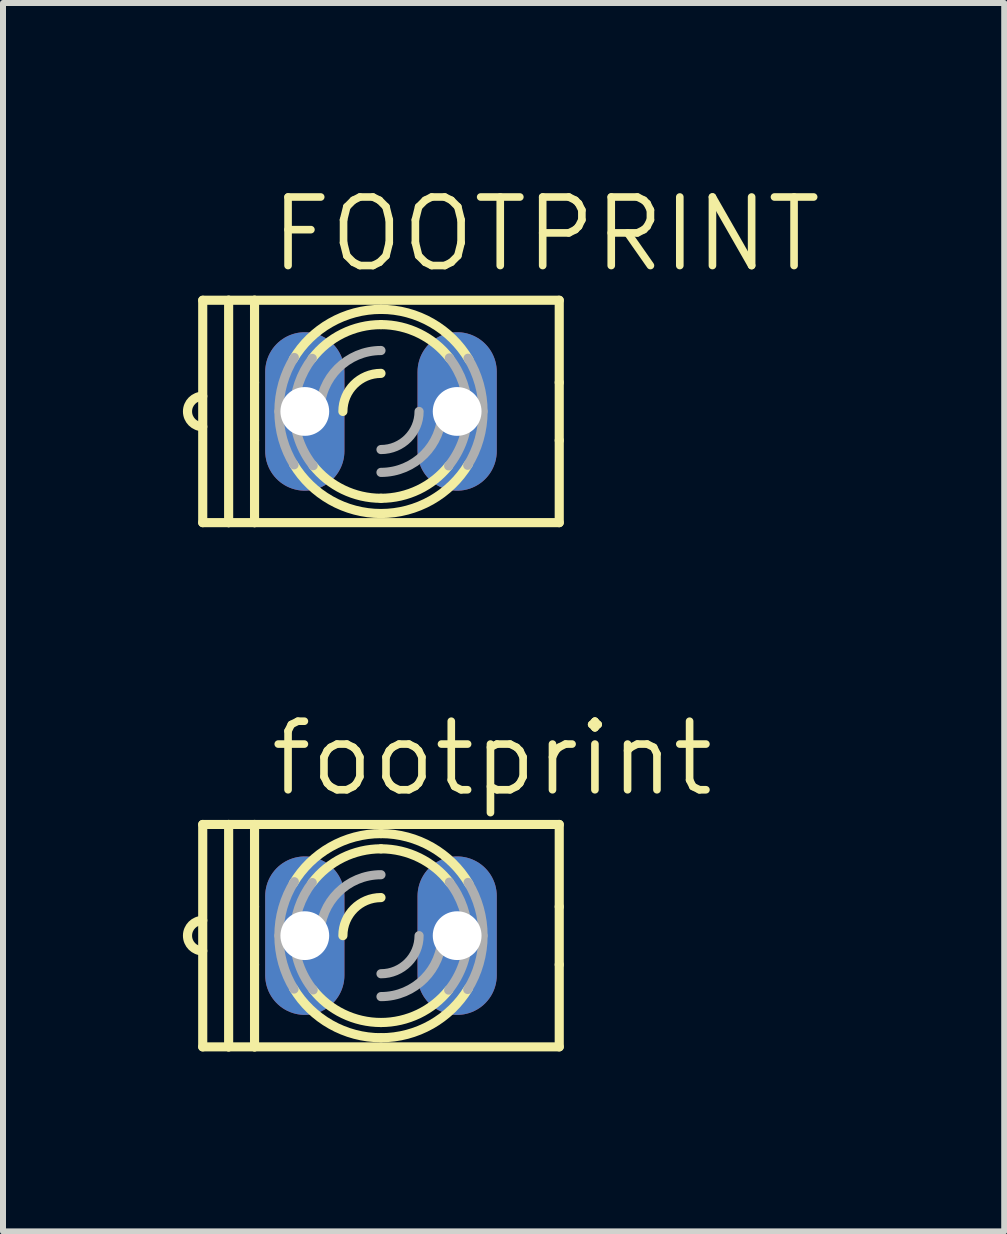
<source format=kicad_pcb>
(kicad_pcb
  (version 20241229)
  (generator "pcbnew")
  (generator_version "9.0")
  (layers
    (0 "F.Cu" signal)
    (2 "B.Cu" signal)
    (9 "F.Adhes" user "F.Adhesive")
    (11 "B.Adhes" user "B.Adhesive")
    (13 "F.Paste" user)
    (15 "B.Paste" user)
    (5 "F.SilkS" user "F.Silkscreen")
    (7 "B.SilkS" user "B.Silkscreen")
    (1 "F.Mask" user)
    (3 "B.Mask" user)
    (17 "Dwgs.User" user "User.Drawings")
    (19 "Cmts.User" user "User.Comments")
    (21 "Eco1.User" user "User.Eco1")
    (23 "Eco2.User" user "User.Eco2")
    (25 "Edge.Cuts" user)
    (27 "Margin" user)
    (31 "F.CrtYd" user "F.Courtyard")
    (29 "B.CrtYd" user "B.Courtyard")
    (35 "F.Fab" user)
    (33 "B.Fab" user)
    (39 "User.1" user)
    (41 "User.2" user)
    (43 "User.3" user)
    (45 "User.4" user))
  (footprint "FOOTPRINT"
    (layer "F.Cu")
    (at 3.302 3.81)
    (property "Reference" "FOOTPRINT" (at -1.905 -2.286 0) (layer "F.SilkS") (effects (font (size 1.143 1.143) (thickness 0.127)) (justify left bottom)))
    (fp_line (start -2.972 1.854) (end -2.972 -1.854) (stroke (width 0.152) (type solid)) (layer "F.SilkS"))
    (fp_line (start -2.54 -1.854) (end -2.972 -1.854) (stroke (width 0.152) (type solid)) (layer "F.SilkS"))
    (fp_line (start -2.54 1.854) (end -2.972 1.854) (stroke (width 0.152) (type solid)) (layer "F.SilkS"))
    (fp_line (start -2.54 1.854) (end -2.54 -1.854) (stroke (width 0.152) (type solid)) (layer "F.SilkS"))
    (fp_line (start -2.108 -1.854) (end -2.54 -1.854) (stroke (width 0.152) (type solid)) (layer "F.SilkS"))
    (fp_line (start -2.108 -1.854) (end -2.108 -0.483) (stroke (width 0.152) (type solid)) (layer "F.SilkS"))
    (fp_line (start -2.108 -1.854) (end 2.972 -1.854) (stroke (width 0.152) (type solid)) (layer "F.SilkS"))
    (fp_line (start -2.108 -0.483) (end -2.108 0.483) (stroke (width 0.152) (type solid)) (layer "F.SilkS"))
    (fp_line (start -2.108 0.483) (end -2.108 1.854) (stroke (width 0.152) (type solid)) (layer "F.SilkS"))
    (fp_line (start -2.108 1.854) (end -2.54 1.854) (stroke (width 0.152) (type solid)) (layer "F.SilkS"))
    (fp_line (start 2.972 -1.854) (end 2.972 -0.483) (stroke (width 0.152) (type solid)) (layer "F.SilkS"))
    (fp_line (start 2.972 -0.483) (end 2.972 0.483) (stroke (width 0.152) (type solid)) (layer "F.SilkS"))
    (fp_line (start 2.972 0.483) (end 2.972 1.854) (stroke (width 0.152) (type solid)) (layer "F.SilkS"))
    (fp_line (start 2.972 1.854) (end -2.108 1.854) (stroke (width 0.152) (type solid)) (layer "F.SilkS"))
    (fp_arc (start -2.9718 0.254) (mid -3.2258 0) (end -2.9718 -0.254) (stroke (width 0.1524) (type solid)) (layer "F.SilkS"))
    (fp_arc (start -1.4618 -0.8714) (mid -0.840602 -1.479714) (end 0 -1.7018) (stroke (width 0.1524) (type solid)) (layer "F.SilkS"))
    (fp_arc (start -1.1486 -0.8814) (mid -0.640331 -1.298504) (end 0 -1.4478) (stroke (width 0.1524) (type solid)) (layer "F.SilkS"))
    (fp_arc (start -0.635 0) (mid -0.449013 -0.449013) (end 0 -0.635) (stroke (width 0.1524) (type solid)) (layer "F.SilkS"))
    (fp_arc (start 0 -1.7018) (mid 0.845401 -1.476932) (end 1.4674 -0.861801) (stroke (width 0.1524) (type solid)) (layer "F.SilkS"))
    (fp_arc (start 0 -1.4478) (mid 0.639595 -1.298866) (end 1.1476 -0.882699) (stroke (width 0.1524) (type solid)) (layer "F.SilkS"))
    (fp_arc (start 0 1.447799) (mid -0.630468 1.303314) (end -1.1351 0.8987) (stroke (width 0.1524) (type solid)) (layer "F.SilkS"))
    (fp_arc (start 0 1.701801) (mid -0.836616 1.481994) (end -1.4571 0.8793) (stroke (width 0.1524) (type solid)) (layer "F.SilkS"))
    (fp_arc (start 1.1305 0.904401) (mid 0.627152 1.304883) (end 0 1.4478) (stroke (width 0.1524) (type solid)) (layer "F.SilkS"))
    (fp_arc (start 1.4571 0.879299) (mid 0.836616 1.481993) (end 0 1.7018) (stroke (width 0.1524) (type solid)) (layer "F.SilkS"))
    (fp_arc (start -1.7018 0) (mid -1.636273 -0.467764) (end -1.4447 -0.8995) (stroke (width 0.1524) (type solid)) (layer "F.Fab"))
    (fp_arc (start -1.4502 0.8905) (mid -1.637688 0.462679) (end -1.7018 0) (stroke (width 0.1524) (type solid)) (layer "F.Fab"))
    (fp_arc (start -1.4478 0) (mid -1.370171 -0.46773) (end -1.1456 -0.8853) (stroke (width 0.1524) (type solid)) (layer "F.Fab"))
    (fp_arc (start -1.130501 0.9044) (mid -1.36616 0.479218) (end -1.4478 0) (stroke (width 0.1524) (type solid)) (layer "F.Fab"))
    (fp_arc (start -1.016 0) (mid -0.71842 -0.71842) (end 0 -1.016) (stroke (width 0.1524) (type solid)) (layer "F.Fab"))
    (fp_arc (start 0.635 0) (mid 0.449013 0.449013) (end 0 0.635) (stroke (width 0.1524) (type solid)) (layer "F.Fab"))
    (fp_arc (start 1.016 0) (mid 0.71842 0.71842) (end 0 1.016) (stroke (width 0.1524) (type solid)) (layer "F.Fab"))
    (fp_arc (start 1.1401 -0.8923) (mid 1.368706 -0.471929) (end 1.4478 0) (stroke (width 0.1524) (type solid)) (layer "F.Fab"))
    (fp_arc (start 1.4478 0) (mid 1.365525 0.481032) (end 1.1281 0.9074) (stroke (width 0.1524) (type solid)) (layer "F.Fab"))
    (fp_arc (start 1.4521 -0.8874) (mid 1.638182 -0.46093) (end 1.7018 0) (stroke (width 0.1524) (type solid)) (layer "F.Fab"))
    (fp_arc (start 1.7018 0) (mid 1.636576 0.466635) (end 1.4459 0.8975) (stroke (width 0.1524) (type solid)) (layer "F.Fab"))
    (pad "A" thru_hole oval (at 1.27 0 90) (size 2.642 1.321) (drill 0.813) (layers "*.Cu" "*.Mask"))
    (pad "K" thru_hole oval (at -1.27 0 90) (size 2.642 1.321) (drill 0.813) (layers "*.Cu" "*.Mask")))
  (footprint "footprint"
    (layer "F.Cu")
    (at 3.302 12.55)
    (property "Reference" "footprint" (at -1.905 -2.286 0) (layer "F.SilkS") (effects (font (size 1.143 1.143) (thickness 0.127)) (justify left bottom)))
    (fp_line (start -2.972 1.854) (end -2.972 -1.854) (stroke (width 0.152) (type solid)) (layer "F.SilkS"))
    (fp_line (start -2.54 -1.854) (end -2.972 -1.854) (stroke (width 0.152) (type solid)) (layer "F.SilkS"))
    (fp_line (start -2.54 1.854) (end -2.972 1.854) (stroke (width 0.152) (type solid)) (layer "F.SilkS"))
    (fp_line (start -2.54 1.854) (end -2.54 -1.854) (stroke (width 0.152) (type solid)) (layer "F.SilkS"))
    (fp_line (start -2.108 -1.854) (end -2.54 -1.854) (stroke (width 0.152) (type solid)) (layer "F.SilkS"))
    (fp_line (start -2.108 -1.854) (end -2.108 -0.483) (stroke (width 0.152) (type solid)) (layer "F.SilkS"))
    (fp_line (start -2.108 -1.854) (end 2.972 -1.854) (stroke (width 0.152) (type solid)) (layer "F.SilkS"))
    (fp_line (start -2.108 -0.483) (end -2.108 0.483) (stroke (width 0.152) (type solid)) (layer "F.SilkS"))
    (fp_line (start -2.108 0.483) (end -2.108 1.854) (stroke (width 0.152) (type solid)) (layer "F.SilkS"))
    (fp_line (start -2.108 1.854) (end -2.54 1.854) (stroke (width 0.152) (type solid)) (layer "F.SilkS"))
    (fp_line (start 2.972 -1.854) (end 2.972 -0.483) (stroke (width 0.152) (type solid)) (layer "F.SilkS"))
    (fp_line (start 2.972 -0.483) (end 2.972 0.483) (stroke (width 0.152) (type solid)) (layer "F.SilkS"))
    (fp_line (start 2.972 0.483) (end 2.972 1.854) (stroke (width 0.152) (type solid)) (layer "F.SilkS"))
    (fp_line (start 2.972 1.854) (end -2.108 1.854) (stroke (width 0.152) (type solid)) (layer "F.SilkS"))
    (fp_arc (start -2.9718 0.254) (mid -3.2258 0) (end -2.9718 -0.254) (stroke (width 0.1524) (type solid)) (layer "F.SilkS"))
    (fp_arc (start -1.4618 -0.8714) (mid -0.840602 -1.479714) (end 0 -1.7018) (stroke (width 0.1524) (type solid)) (layer "F.SilkS"))
    (fp_arc (start -1.1486 -0.8814) (mid -0.640331 -1.298504) (end 0 -1.4478) (stroke (width 0.1524) (type solid)) (layer "F.SilkS"))
    (fp_arc (start -0.635 0) (mid -0.449013 -0.449013) (end 0 -0.635) (stroke (width 0.1524) (type solid)) (layer "F.SilkS"))
    (fp_arc (start 0 -1.7018) (mid 0.845401 -1.476932) (end 1.4674 -0.861801) (stroke (width 0.1524) (type solid)) (layer "F.SilkS"))
    (fp_arc (start 0 -1.4478) (mid 0.639595 -1.298866) (end 1.1476 -0.882699) (stroke (width 0.1524) (type solid)) (layer "F.SilkS"))
    (fp_arc (start 0 1.447799) (mid -0.630468 1.303314) (end -1.1351 0.8987) (stroke (width 0.1524) (type solid)) (layer "F.SilkS"))
    (fp_arc (start 0 1.701801) (mid -0.836616 1.481994) (end -1.4571 0.8793) (stroke (width 0.1524) (type solid)) (layer "F.SilkS"))
    (fp_arc (start 1.1305 0.904401) (mid 0.627152 1.304883) (end 0 1.4478) (stroke (width 0.1524) (type solid)) (layer "F.SilkS"))
    (fp_arc (start 1.4571 0.879299) (mid 0.836616 1.481993) (end 0 1.7018) (stroke (width 0.1524) (type solid)) (layer "F.SilkS"))
    (fp_arc (start -1.7018 0) (mid -1.636273 -0.467764) (end -1.4447 -0.8995) (stroke (width 0.1524) (type solid)) (layer "F.Fab"))
    (fp_arc (start -1.4502 0.8905) (mid -1.637688 0.462679) (end -1.7018 0) (stroke (width 0.1524) (type solid)) (layer "F.Fab"))
    (fp_arc (start -1.4478 0) (mid -1.370171 -0.46773) (end -1.1456 -0.8853) (stroke (width 0.1524) (type solid)) (layer "F.Fab"))
    (fp_arc (start -1.130501 0.9044) (mid -1.36616 0.479218) (end -1.4478 0) (stroke (width 0.1524) (type solid)) (layer "F.Fab"))
    (fp_arc (start -1.016 0) (mid -0.71842 -0.71842) (end 0 -1.016) (stroke (width 0.1524) (type solid)) (layer "F.Fab"))
    (fp_arc (start 0.635 0) (mid 0.449013 0.449013) (end 0 0.635) (stroke (width 0.1524) (type solid)) (layer "F.Fab"))
    (fp_arc (start 1.016 0) (mid 0.71842 0.71842) (end 0 1.016) (stroke (width 0.1524) (type solid)) (layer "F.Fab"))
    (fp_arc (start 1.1401 -0.8923) (mid 1.368706 -0.471929) (end 1.4478 0) (stroke (width 0.1524) (type solid)) (layer "F.Fab"))
    (fp_arc (start 1.4478 0) (mid 1.365525 0.481032) (end 1.1281 0.9074) (stroke (width 0.1524) (type solid)) (layer "F.Fab"))
    (fp_arc (start 1.4521 -0.8874) (mid 1.638182 -0.46093) (end 1.7018 0) (stroke (width 0.1524) (type solid)) (layer "F.Fab"))
    (fp_arc (start 1.7018 0) (mid 1.636576 0.466635) (end 1.4459 0.8975) (stroke (width 0.1524) (type solid)) (layer "F.Fab"))
    (pad "A" thru_hole oval (at 1.27 0 90) (size 2.642 1.321) (drill 0.813) (layers "*.Cu" "*.Mask"))
    (pad "K" thru_hole oval (at -1.27 0 90) (size 2.642 1.321) (drill 0.813) (layers "*.Cu" "*.Mask")))
  (gr_rect
    (start -3 -3)
    (end 13.693 17.481)
    (stroke (width 0.1) (type default))
    (fill no)
    (layer "Edge.Cuts")))
</source>
